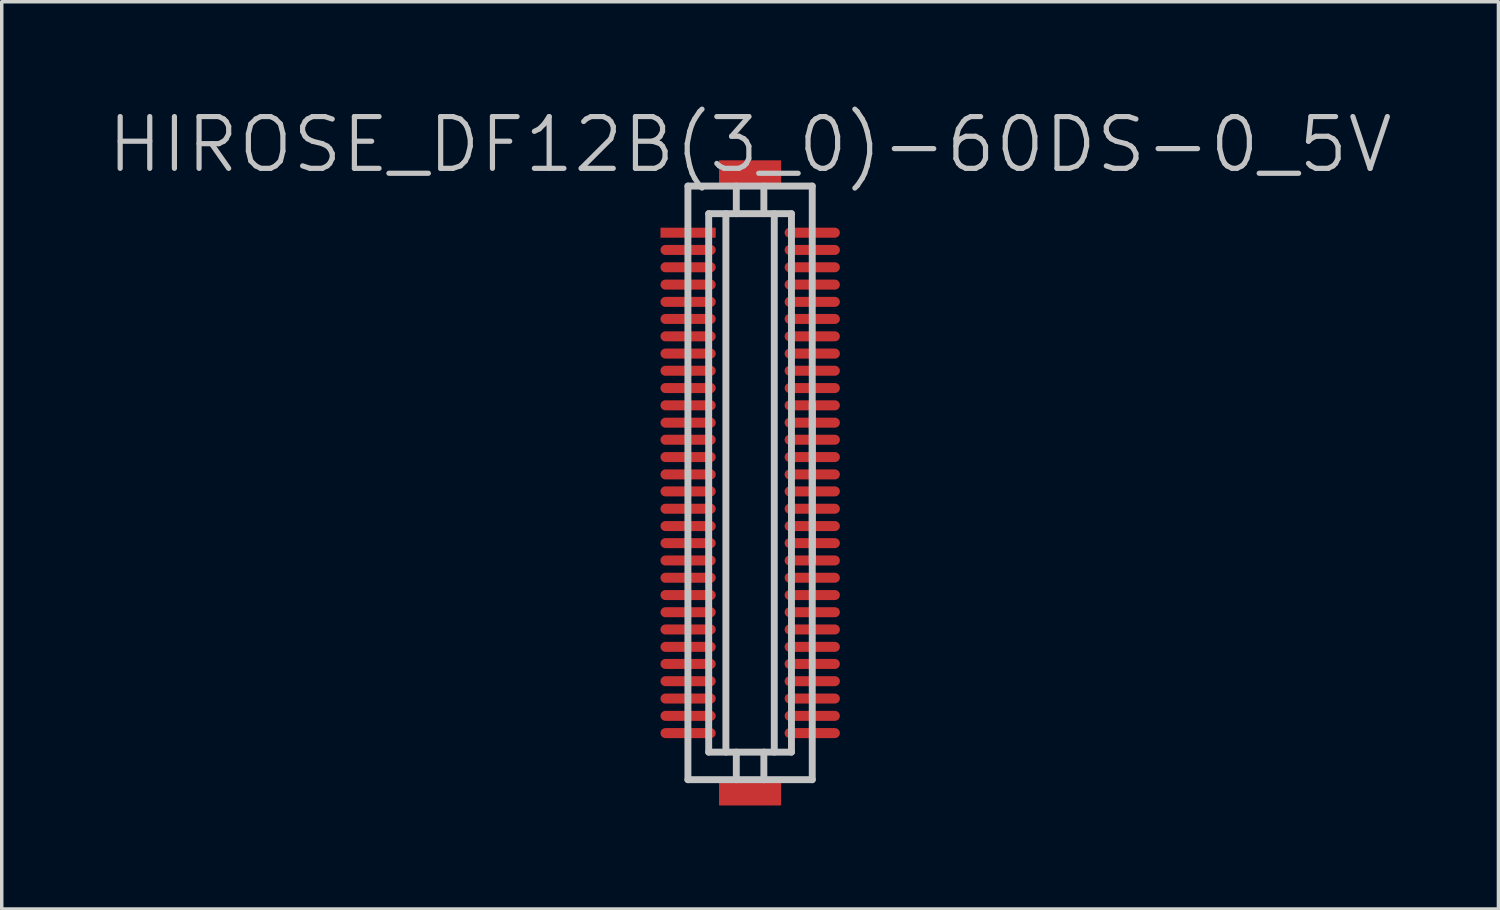
<source format=kicad_pcb>
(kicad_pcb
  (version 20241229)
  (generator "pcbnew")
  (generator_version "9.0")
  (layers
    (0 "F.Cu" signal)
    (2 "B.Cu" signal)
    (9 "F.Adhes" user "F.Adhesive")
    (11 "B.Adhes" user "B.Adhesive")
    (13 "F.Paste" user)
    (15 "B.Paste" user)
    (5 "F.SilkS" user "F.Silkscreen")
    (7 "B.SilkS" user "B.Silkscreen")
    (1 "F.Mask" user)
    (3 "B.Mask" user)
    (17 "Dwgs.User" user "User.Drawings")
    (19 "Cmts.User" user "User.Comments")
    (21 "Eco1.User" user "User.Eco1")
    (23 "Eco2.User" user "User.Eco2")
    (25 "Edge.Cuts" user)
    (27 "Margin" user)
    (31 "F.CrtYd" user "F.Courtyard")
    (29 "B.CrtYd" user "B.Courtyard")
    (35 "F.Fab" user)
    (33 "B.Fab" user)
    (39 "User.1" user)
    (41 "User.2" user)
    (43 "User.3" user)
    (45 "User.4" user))
  (footprint "HIROSE_DF12B(3_0)-60DS-0_5V"
    (layer "F.Cu")
    (at 18.682 10.941)
    (property "Reference" "HIROSE_DF12B(3_0)-60DS-0_5V" (at 0 -9.8 180) (layer "Dwgs.User") (effects (font (size 1.5 1.5) (thickness 0.15))))
    (attr smd)
    (fp_line (start -1.801 -8.6) (end -1.801 8.6) (stroke (width 0.2) (type solid)) (layer "Dwgs.User"))
    (fp_line (start -1.801 -8.6) (end 1.801 -8.6) (stroke (width 0.2) (type solid)) (layer "Dwgs.User"))
    (fp_line (start -1.199 -7.8) (end 1.199 -7.8) (stroke (width 0.2) (type solid)) (layer "Dwgs.User"))
    (fp_line (start -1.199 7.8) (end -1.199 -7.8) (stroke (width 0.2) (type solid)) (layer "Dwgs.User"))
    (fp_line (start -0.701 -7.8) (end -0.701 7.8) (stroke (width 0.2) (type solid)) (layer "Dwgs.User"))
    (fp_line (start -0.399 -7.8) (end -0.399 -8.6) (stroke (width 0.2) (type solid)) (layer "Dwgs.User"))
    (fp_line (start -0.399 8.6) (end -0.399 7.8) (stroke (width 0.2) (type solid)) (layer "Dwgs.User"))
    (fp_line (start 0.399 -7.8) (end 0.399 -8.6) (stroke (width 0.2) (type solid)) (layer "Dwgs.User"))
    (fp_line (start 0.399 7.8) (end 0.399 8.6) (stroke (width 0.2) (type solid)) (layer "Dwgs.User"))
    (fp_line (start 0.701 -7.8) (end 0.701 7.8) (stroke (width 0.2) (type solid)) (layer "Dwgs.User"))
    (fp_line (start 1.199 7.8) (end -1.199 7.8) (stroke (width 0.2) (type solid)) (layer "Dwgs.User"))
    (fp_line (start 1.199 7.8) (end 1.199 -7.8) (stroke (width 0.2) (type solid)) (layer "Dwgs.User"))
    (fp_line (start 1.801 -8.6) (end 1.801 8.6) (stroke (width 0.2) (type solid)) (layer "Dwgs.User"))
    (fp_line (start 1.801 -2.301) (end 1.801 2.301) (stroke (width 0.2) (type solid)) (layer "Dwgs.User"))
    (fp_line (start 1.801 8.598) (end -1.801 8.598) (stroke (width 0.2) (type solid)) (layer "Dwgs.User"))
    (pad "" smd rect (at 0 -8.946 270) (size 0.8 1.8) (layers "F.Cu" "F.Mask" "F.Paste"))
    (pad "" smd rect (at 0 8.946 270) (size 0.8 1.8) (layers "F.Cu" "F.Mask" "F.Paste"))
    (pad "1" smd rect (at -1.796 -7.249 270) (size 0.29 1.6) (layers "F.Cu" "F.Mask" "F.Paste"))
    (pad "2" smd oval (at -1.796 -6.749 270) (size 0.29 1.6) (layers "F.Cu" "F.Mask" "F.Paste"))
    (pad "3" smd oval (at -1.796 -6.248 270) (size 0.29 1.6) (layers "F.Cu" "F.Mask" "F.Paste"))
    (pad "4" smd oval (at -1.796 -5.745 270) (size 0.29 1.6) (layers "F.Cu" "F.Mask" "F.Paste"))
    (pad "5" smd oval (at -1.796 -5.245 270) (size 0.29 1.6) (layers "F.Cu" "F.Mask" "F.Paste"))
    (pad "6" smd oval (at -1.796 -4.75 270) (size 0.29 1.6) (layers "F.Cu" "F.Mask" "F.Paste"))
    (pad "7" smd oval (at -1.796 -4.247 270) (size 0.29 1.6) (layers "F.Cu" "F.Mask" "F.Paste"))
    (pad "8" smd oval (at -1.796 -3.747 270) (size 0.29 1.6) (layers "F.Cu" "F.Mask" "F.Paste"))
    (pad "9" smd oval (at -1.796 -3.249 270) (size 0.29 1.6) (layers "F.Cu" "F.Mask" "F.Paste"))
    (pad "10" smd oval (at -1.796 -2.748 270) (size 0.29 1.6) (layers "F.Cu" "F.Mask" "F.Paste"))
    (pad "11" smd oval (at -1.796 -2.248 270) (size 0.29 1.6) (layers "F.Cu" "F.Mask" "F.Paste"))
    (pad "12" smd oval (at -1.796 -1.745 270) (size 0.29 1.6) (layers "F.Cu" "F.Mask" "F.Paste"))
    (pad "13" smd oval (at -1.796 -1.25 270) (size 0.29 1.6) (layers "F.Cu" "F.Mask" "F.Paste"))
    (pad "14" smd oval (at -1.796 -0.749 270) (size 0.29 1.6) (layers "F.Cu" "F.Mask" "F.Paste"))
    (pad "15" smd oval (at -1.796 -0.246 270) (size 0.29 1.6) (layers "F.Cu" "F.Mask" "F.Paste"))
    (pad "16" smd oval (at -1.796 0.246 270) (size 0.29 1.6) (layers "F.Cu" "F.Mask" "F.Paste"))
    (pad "17" smd oval (at -1.796 0.749 270) (size 0.29 1.6) (layers "F.Cu" "F.Mask" "F.Paste"))
    (pad "18" smd oval (at -1.796 1.25 270) (size 0.29 1.6) (layers "F.Cu" "F.Mask" "F.Paste"))
    (pad "19" smd oval (at -1.796 1.745 270) (size 0.29 1.6) (layers "F.Cu" "F.Mask" "F.Paste"))
    (pad "20" smd oval (at -1.796 2.248 270) (size 0.29 1.6) (layers "F.Cu" "F.Mask" "F.Paste"))
    (pad "21" smd oval (at -1.796 2.748 270) (size 0.29 1.6) (layers "F.Cu" "F.Mask" "F.Paste"))
    (pad "22" smd oval (at -1.796 3.249 270) (size 0.29 1.6) (layers "F.Cu" "F.Mask" "F.Paste"))
    (pad "23" smd oval (at -1.796 3.747 270) (size 0.29 1.6) (layers "F.Cu" "F.Mask" "F.Paste"))
    (pad "24" smd oval (at -1.796 4.247 270) (size 0.29 1.6) (layers "F.Cu" "F.Mask" "F.Paste"))
    (pad "25" smd oval (at -1.796 4.75 270) (size 0.29 1.6) (layers "F.Cu" "F.Mask" "F.Paste"))
    (pad "26" smd oval (at -1.796 5.245 270) (size 0.29 1.6) (layers "F.Cu" "F.Mask" "F.Paste"))
    (pad "27" smd oval (at -1.796 5.745 270) (size 0.29 1.6) (layers "F.Cu" "F.Mask" "F.Paste"))
    (pad "28" smd oval (at -1.796 6.248 270) (size 0.29 1.6) (layers "F.Cu" "F.Mask" "F.Paste"))
    (pad "29" smd oval (at -1.796 6.749 270) (size 0.29 1.6) (layers "F.Cu" "F.Mask" "F.Paste"))
    (pad "30" smd oval (at -1.796 7.249 270) (size 0.29 1.6) (layers "F.Cu" "F.Mask" "F.Paste"))
    (pad "31" smd oval (at 1.801 7.249 270) (size 0.29 1.6) (layers "F.Cu" "F.Mask" "F.Paste"))
    (pad "32" smd oval (at 1.801 6.749 270) (size 0.29 1.6) (layers "F.Cu" "F.Mask" "F.Paste"))
    (pad "33" smd oval (at 1.801 6.248 270) (size 0.29 1.6) (layers "F.Cu" "F.Mask" "F.Paste"))
    (pad "34" smd oval (at 1.801 5.745 270) (size 0.29 1.6) (layers "F.Cu" "F.Mask" "F.Paste"))
    (pad "35" smd oval (at 1.801 5.245 270) (size 0.29 1.6) (layers "F.Cu" "F.Mask" "F.Paste"))
    (pad "36" smd oval (at 1.801 4.75 270) (size 0.29 1.6) (layers "F.Cu" "F.Mask" "F.Paste"))
    (pad "37" smd oval (at 1.801 4.247 270) (size 0.29 1.6) (layers "F.Cu" "F.Mask" "F.Paste"))
    (pad "38" smd oval (at 1.801 3.747 270) (size 0.29 1.6) (layers "F.Cu" "F.Mask" "F.Paste"))
    (pad "39" smd oval (at 1.801 3.249 270) (size 0.29 1.6) (layers "F.Cu" "F.Mask" "F.Paste"))
    (pad "40" smd oval (at 1.801 2.748 270) (size 0.29 1.6) (layers "F.Cu" "F.Mask" "F.Paste"))
    (pad "41" smd oval (at 1.801 2.248 270) (size 0.29 1.6) (layers "F.Cu" "F.Mask" "F.Paste"))
    (pad "42" smd oval (at 1.801 1.745 270) (size 0.29 1.6) (layers "F.Cu" "F.Mask" "F.Paste"))
    (pad "43" smd oval (at 1.801 1.25 270) (size 0.29 1.6) (layers "F.Cu" "F.Mask" "F.Paste"))
    (pad "44" smd oval (at 1.801 0.749 270) (size 0.29 1.6) (layers "F.Cu" "F.Mask" "F.Paste"))
    (pad "45" smd oval (at 1.801 0.246 270) (size 0.29 1.6) (layers "F.Cu" "F.Mask" "F.Paste"))
    (pad "46" smd oval (at 1.801 -0.246 270) (size 0.29 1.6) (layers "F.Cu" "F.Mask" "F.Paste"))
    (pad "47" smd oval (at 1.801 -0.749 270) (size 0.29 1.6) (layers "F.Cu" "F.Mask" "F.Paste"))
    (pad "48" smd oval (at 1.801 -1.25 270) (size 0.29 1.6) (layers "F.Cu" "F.Mask" "F.Paste"))
    (pad "49" smd oval (at 1.801 -1.745 270) (size 0.29 1.6) (layers "F.Cu" "F.Mask" "F.Paste"))
    (pad "50" smd oval (at 1.801 -2.248 270) (size 0.29 1.6) (layers "F.Cu" "F.Mask" "F.Paste"))
    (pad "51" smd oval (at 1.801 -2.748 270) (size 0.29 1.6) (layers "F.Cu" "F.Mask" "F.Paste"))
    (pad "52" smd oval (at 1.801 -3.249 270) (size 0.29 1.6) (layers "F.Cu" "F.Mask" "F.Paste"))
    (pad "53" smd oval (at 1.801 -3.747 270) (size 0.29 1.6) (layers "F.Cu" "F.Mask" "F.Paste"))
    (pad "54" smd oval (at 1.801 -4.247 270) (size 0.29 1.6) (layers "F.Cu" "F.Mask" "F.Paste"))
    (pad "55" smd oval (at 1.801 -4.75 270) (size 0.29 1.6) (layers "F.Cu" "F.Mask" "F.Paste"))
    (pad "56" smd oval (at 1.801 -5.245 270) (size 0.29 1.6) (layers "F.Cu" "F.Mask" "F.Paste"))
    (pad "57" smd oval (at 1.801 -5.745 270) (size 0.29 1.6) (layers "F.Cu" "F.Mask" "F.Paste"))
    (pad "58" smd oval (at 1.801 -6.248 270) (size 0.29 1.6) (layers "F.Cu" "F.Mask" "F.Paste"))
    (pad "59" smd oval (at 1.801 -6.749 270) (size 0.29 1.6) (layers "F.Cu" "F.Mask" "F.Paste"))
    (pad "60" smd oval (at 1.801 -7.249 270) (size 0.29 1.6) (layers "F.Cu" "F.Mask" "F.Paste")))
  (gr_rect
    (start -3 -3)
    (end 40.364 23.287)
    (stroke (width 0.1) (type default))
    (fill no)
    (layer "Edge.Cuts")))
</source>
